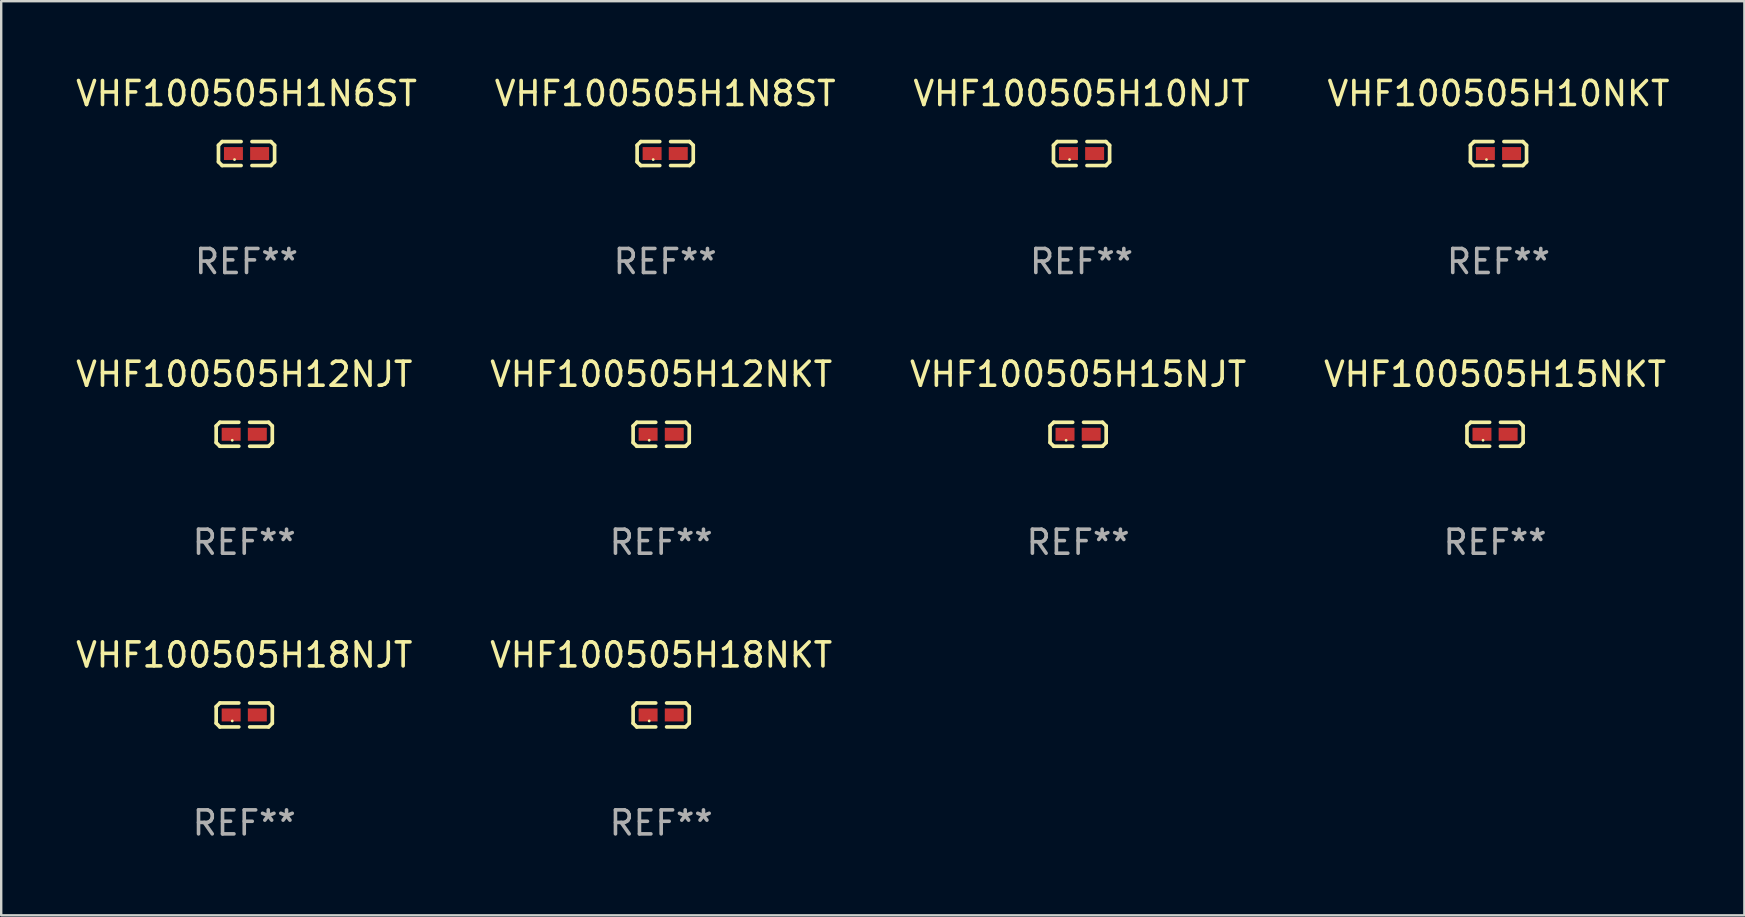
<source format=kicad_pcb>
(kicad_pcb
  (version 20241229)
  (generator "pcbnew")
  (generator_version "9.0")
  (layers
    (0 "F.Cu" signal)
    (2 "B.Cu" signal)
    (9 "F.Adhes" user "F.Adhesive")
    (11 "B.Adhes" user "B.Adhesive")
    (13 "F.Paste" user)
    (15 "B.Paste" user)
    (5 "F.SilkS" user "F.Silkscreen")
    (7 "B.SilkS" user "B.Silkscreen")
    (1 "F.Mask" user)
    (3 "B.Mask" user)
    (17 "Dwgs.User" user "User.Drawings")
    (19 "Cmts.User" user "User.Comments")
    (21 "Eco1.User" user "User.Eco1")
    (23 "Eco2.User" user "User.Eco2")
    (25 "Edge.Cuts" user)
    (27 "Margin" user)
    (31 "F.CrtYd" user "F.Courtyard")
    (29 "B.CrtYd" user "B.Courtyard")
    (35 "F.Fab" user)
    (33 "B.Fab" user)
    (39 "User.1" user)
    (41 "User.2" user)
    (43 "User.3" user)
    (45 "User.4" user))
  (footprint "VHF100505H1N6ST"
    (layer "F.Cu")
    (at 7.22 3.347)
    (property "Reference" "VHF100505H1N6ST" (at 0 -2.499 0) (layer "F.SilkS") (effects (font (size 1 1) (thickness 0.15))))
    (attr through_hole)
    (fp_line (start -1.169 -0.346) (end -1.016 -0.499) (stroke (width 0.152) (type solid)) (layer "F.SilkS"))
    (fp_line (start -1.169 0.346) (end -1.169 -0.346) (stroke (width 0.152) (type solid)) (layer "F.SilkS"))
    (fp_line (start -1.016 -0.499) (end -0.226 -0.499) (stroke (width 0.152) (type solid)) (layer "F.SilkS"))
    (fp_line (start -1.016 0.499) (end -1.169 0.346) (stroke (width 0.152) (type solid)) (layer "F.SilkS"))
    (fp_line (start -0.226 0.499) (end -1.016 0.499) (stroke (width 0.152) (type solid)) (layer "F.SilkS"))
    (fp_line (start 0.226 0.499) (end 1.016 0.499) (stroke (width 0.152) (type solid)) (layer "F.SilkS"))
    (fp_line (start 1.016 -0.499) (end 0.226 -0.499) (stroke (width 0.152) (type solid)) (layer "F.SilkS"))
    (fp_line (start 1.016 0.499) (end 1.169 0.346) (stroke (width 0.152) (type solid)) (layer "F.SilkS"))
    (fp_line (start 1.169 -0.346) (end 1.016 -0.499) (stroke (width 0.152) (type solid)) (layer "F.SilkS"))
    (fp_line (start 1.169 0.346) (end 1.169 -0.346) (stroke (width 0.152) (type solid)) (layer "F.SilkS"))
    (fp_circle (center -0.5 0.25) (end -0.47 0.25) (stroke (width 0.06) (type solid)) (fill no) (layer "F.SilkS"))
    (fp_text user "REF**" (at 0 4.499 0) (layer "F.Fab") (effects (font (size 1 1) (thickness 0.15))))
    (pad "1" smd rect (at -0.545 0) (size 0.79 0.54) (layers "F.Cu" "F.Mask" "F.Paste"))
    (pad "2" smd rect (at 0.545 0) (size 0.79 0.54) (layers "F.Cu" "F.Mask" "F.Paste")))
  (footprint "VHF100505H18NKT"
    (layer "F.Cu")
    (at 24.494 26.734)
    (property "Reference" "VHF100505H18NKT" (at 0 -2.499 0) (layer "F.SilkS") (effects (font (size 1 1) (thickness 0.15))))
    (attr through_hole)
    (fp_line (start -1.169 -0.346) (end -1.016 -0.499) (stroke (width 0.152) (type solid)) (layer "F.SilkS"))
    (fp_line (start -1.169 0.346) (end -1.169 -0.346) (stroke (width 0.152) (type solid)) (layer "F.SilkS"))
    (fp_line (start -1.016 -0.499) (end -0.226 -0.499) (stroke (width 0.152) (type solid)) (layer "F.SilkS"))
    (fp_line (start -1.016 0.499) (end -1.169 0.346) (stroke (width 0.152) (type solid)) (layer "F.SilkS"))
    (fp_line (start -0.226 0.499) (end -1.016 0.499) (stroke (width 0.152) (type solid)) (layer "F.SilkS"))
    (fp_line (start 0.226 0.499) (end 1.016 0.499) (stroke (width 0.152) (type solid)) (layer "F.SilkS"))
    (fp_line (start 1.016 -0.499) (end 0.226 -0.499) (stroke (width 0.152) (type solid)) (layer "F.SilkS"))
    (fp_line (start 1.016 0.499) (end 1.169 0.346) (stroke (width 0.152) (type solid)) (layer "F.SilkS"))
    (fp_line (start 1.169 -0.346) (end 1.016 -0.499) (stroke (width 0.152) (type solid)) (layer "F.SilkS"))
    (fp_line (start 1.169 0.346) (end 1.169 -0.346) (stroke (width 0.152) (type solid)) (layer "F.SilkS"))
    (fp_circle (center -0.5 0.25) (end -0.47 0.25) (stroke (width 0.06) (type solid)) (fill no) (layer "F.SilkS"))
    (fp_text user "REF**" (at 0 4.499 0) (layer "F.Fab") (effects (font (size 1 1) (thickness 0.15))))
    (pad "1" smd rect (at -0.545 0) (size 0.79 0.54) (layers "F.Cu" "F.Mask" "F.Paste"))
    (pad "2" smd rect (at 0.545 0) (size 0.79 0.54) (layers "F.Cu" "F.Mask" "F.Paste")))
  (footprint "VHF100505H12NKT"
    (layer "F.Cu")
    (at 24.494 15.041)
    (property "Reference" "VHF100505H12NKT" (at 0 -2.499 0) (layer "F.SilkS") (effects (font (size 1 1) (thickness 0.15))))
    (attr through_hole)
    (fp_line (start -1.169 -0.346) (end -1.016 -0.499) (stroke (width 0.152) (type solid)) (layer "F.SilkS"))
    (fp_line (start -1.169 0.346) (end -1.169 -0.346) (stroke (width 0.152) (type solid)) (layer "F.SilkS"))
    (fp_line (start -1.016 -0.499) (end -0.226 -0.499) (stroke (width 0.152) (type solid)) (layer "F.SilkS"))
    (fp_line (start -1.016 0.499) (end -1.169 0.346) (stroke (width 0.152) (type solid)) (layer "F.SilkS"))
    (fp_line (start -0.226 0.499) (end -1.016 0.499) (stroke (width 0.152) (type solid)) (layer "F.SilkS"))
    (fp_line (start 0.226 0.499) (end 1.016 0.499) (stroke (width 0.152) (type solid)) (layer "F.SilkS"))
    (fp_line (start 1.016 -0.499) (end 0.226 -0.499) (stroke (width 0.152) (type solid)) (layer "F.SilkS"))
    (fp_line (start 1.016 0.499) (end 1.169 0.346) (stroke (width 0.152) (type solid)) (layer "F.SilkS"))
    (fp_line (start 1.169 -0.346) (end 1.016 -0.499) (stroke (width 0.152) (type solid)) (layer "F.SilkS"))
    (fp_line (start 1.169 0.346) (end 1.169 -0.346) (stroke (width 0.152) (type solid)) (layer "F.SilkS"))
    (fp_circle (center -0.5 0.25) (end -0.47 0.25) (stroke (width 0.06) (type solid)) (fill no) (layer "F.SilkS"))
    (fp_text user "REF**" (at 0 4.499 0) (layer "F.Fab") (effects (font (size 1 1) (thickness 0.15))))
    (pad "1" smd rect (at -0.545 0) (size 0.79 0.54) (layers "F.Cu" "F.Mask" "F.Paste"))
    (pad "2" smd rect (at 0.545 0) (size 0.79 0.54) (layers "F.Cu" "F.Mask" "F.Paste")))
  (footprint "VHF100505H18NJT"
    (layer "F.Cu")
    (at 7.125 26.734)
    (property "Reference" "VHF100505H18NJT" (at 0 -2.499 0) (layer "F.SilkS") (effects (font (size 1 1) (thickness 0.15))))
    (attr through_hole)
    (fp_line (start -1.169 -0.346) (end -1.016 -0.499) (stroke (width 0.152) (type solid)) (layer "F.SilkS"))
    (fp_line (start -1.169 0.346) (end -1.169 -0.346) (stroke (width 0.152) (type solid)) (layer "F.SilkS"))
    (fp_line (start -1.016 -0.499) (end -0.226 -0.499) (stroke (width 0.152) (type solid)) (layer "F.SilkS"))
    (fp_line (start -1.016 0.499) (end -1.169 0.346) (stroke (width 0.152) (type solid)) (layer "F.SilkS"))
    (fp_line (start -0.226 0.499) (end -1.016 0.499) (stroke (width 0.152) (type solid)) (layer "F.SilkS"))
    (fp_line (start 0.226 0.499) (end 1.016 0.499) (stroke (width 0.152) (type solid)) (layer "F.SilkS"))
    (fp_line (start 1.016 -0.499) (end 0.226 -0.499) (stroke (width 0.152) (type solid)) (layer "F.SilkS"))
    (fp_line (start 1.016 0.499) (end 1.169 0.346) (stroke (width 0.152) (type solid)) (layer "F.SilkS"))
    (fp_line (start 1.169 -0.346) (end 1.016 -0.499) (stroke (width 0.152) (type solid)) (layer "F.SilkS"))
    (fp_line (start 1.169 0.346) (end 1.169 -0.346) (stroke (width 0.152) (type solid)) (layer "F.SilkS"))
    (fp_circle (center -0.5 0.25) (end -0.47 0.25) (stroke (width 0.06) (type solid)) (fill no) (layer "F.SilkS"))
    (fp_text user "REF**" (at 0 4.499 0) (layer "F.Fab") (effects (font (size 1 1) (thickness 0.15))))
    (pad "1" smd rect (at -0.545 0) (size 0.79 0.54) (layers "F.Cu" "F.Mask" "F.Paste"))
    (pad "2" smd rect (at 0.545 0) (size 0.79 0.54) (layers "F.Cu" "F.Mask" "F.Paste")))
  (footprint "VHF100505H1N8ST"
    (layer "F.Cu")
    (at 24.661 3.347)
    (property "Reference" "VHF100505H1N8ST" (at 0 -2.499 0) (layer "F.SilkS") (effects (font (size 1 1) (thickness 0.15))))
    (attr through_hole)
    (fp_line (start -1.169 -0.346) (end -1.016 -0.499) (stroke (width 0.152) (type solid)) (layer "F.SilkS"))
    (fp_line (start -1.169 0.346) (end -1.169 -0.346) (stroke (width 0.152) (type solid)) (layer "F.SilkS"))
    (fp_line (start -1.016 -0.499) (end -0.226 -0.499) (stroke (width 0.152) (type solid)) (layer "F.SilkS"))
    (fp_line (start -1.016 0.499) (end -1.169 0.346) (stroke (width 0.152) (type solid)) (layer "F.SilkS"))
    (fp_line (start -0.226 0.499) (end -1.016 0.499) (stroke (width 0.152) (type solid)) (layer "F.SilkS"))
    (fp_line (start 0.226 0.499) (end 1.016 0.499) (stroke (width 0.152) (type solid)) (layer "F.SilkS"))
    (fp_line (start 1.016 -0.499) (end 0.226 -0.499) (stroke (width 0.152) (type solid)) (layer "F.SilkS"))
    (fp_line (start 1.016 0.499) (end 1.169 0.346) (stroke (width 0.152) (type solid)) (layer "F.SilkS"))
    (fp_line (start 1.169 -0.346) (end 1.016 -0.499) (stroke (width 0.152) (type solid)) (layer "F.SilkS"))
    (fp_line (start 1.169 0.346) (end 1.169 -0.346) (stroke (width 0.152) (type solid)) (layer "F.SilkS"))
    (fp_circle (center -0.5 0.25) (end -0.47 0.25) (stroke (width 0.06) (type solid)) (fill no) (layer "F.SilkS"))
    (fp_text user "REF**" (at 0 4.499 0) (layer "F.Fab") (effects (font (size 1 1) (thickness 0.15))))
    (pad "1" smd rect (at -0.545 0) (size 0.79 0.54) (layers "F.Cu" "F.Mask" "F.Paste"))
    (pad "2" smd rect (at 0.545 0) (size 0.79 0.54) (layers "F.Cu" "F.Mask" "F.Paste")))
  (footprint "VHF100505H12NJT"
    (layer "F.Cu")
    (at 7.125 15.041)
    (property "Reference" "VHF100505H12NJT" (at 0 -2.499 0) (layer "F.SilkS") (effects (font (size 1 1) (thickness 0.15))))
    (attr through_hole)
    (fp_line (start -1.169 -0.346) (end -1.016 -0.499) (stroke (width 0.152) (type solid)) (layer "F.SilkS"))
    (fp_line (start -1.169 0.346) (end -1.169 -0.346) (stroke (width 0.152) (type solid)) (layer "F.SilkS"))
    (fp_line (start -1.016 -0.499) (end -0.226 -0.499) (stroke (width 0.152) (type solid)) (layer "F.SilkS"))
    (fp_line (start -1.016 0.499) (end -1.169 0.346) (stroke (width 0.152) (type solid)) (layer "F.SilkS"))
    (fp_line (start -0.226 0.499) (end -1.016 0.499) (stroke (width 0.152) (type solid)) (layer "F.SilkS"))
    (fp_line (start 0.226 0.499) (end 1.016 0.499) (stroke (width 0.152) (type solid)) (layer "F.SilkS"))
    (fp_line (start 1.016 -0.499) (end 0.226 -0.499) (stroke (width 0.152) (type solid)) (layer "F.SilkS"))
    (fp_line (start 1.016 0.499) (end 1.169 0.346) (stroke (width 0.152) (type solid)) (layer "F.SilkS"))
    (fp_line (start 1.169 -0.346) (end 1.016 -0.499) (stroke (width 0.152) (type solid)) (layer "F.SilkS"))
    (fp_line (start 1.169 0.346) (end 1.169 -0.346) (stroke (width 0.152) (type solid)) (layer "F.SilkS"))
    (fp_circle (center -0.5 0.25) (end -0.47 0.25) (stroke (width 0.06) (type solid)) (fill no) (layer "F.SilkS"))
    (fp_text user "REF**" (at 0 4.499 0) (layer "F.Fab") (effects (font (size 1 1) (thickness 0.15))))
    (pad "1" smd rect (at -0.545 0) (size 0.79 0.54) (layers "F.Cu" "F.Mask" "F.Paste"))
    (pad "2" smd rect (at 0.545 0) (size 0.79 0.54) (layers "F.Cu" "F.Mask" "F.Paste")))
  (footprint "VHF100505H15NJT"
    (layer "F.Cu")
    (at 41.863 15.041)
    (property "Reference" "VHF100505H15NJT" (at 0 -2.499 0) (layer "F.SilkS") (effects (font (size 1 1) (thickness 0.15))))
    (attr through_hole)
    (fp_line (start -1.169 -0.346) (end -1.016 -0.499) (stroke (width 0.152) (type solid)) (layer "F.SilkS"))
    (fp_line (start -1.169 0.346) (end -1.169 -0.346) (stroke (width 0.152) (type solid)) (layer "F.SilkS"))
    (fp_line (start -1.016 -0.499) (end -0.226 -0.499) (stroke (width 0.152) (type solid)) (layer "F.SilkS"))
    (fp_line (start -1.016 0.499) (end -1.169 0.346) (stroke (width 0.152) (type solid)) (layer "F.SilkS"))
    (fp_line (start -0.226 0.499) (end -1.016 0.499) (stroke (width 0.152) (type solid)) (layer "F.SilkS"))
    (fp_line (start 0.226 0.499) (end 1.016 0.499) (stroke (width 0.152) (type solid)) (layer "F.SilkS"))
    (fp_line (start 1.016 -0.499) (end 0.226 -0.499) (stroke (width 0.152) (type solid)) (layer "F.SilkS"))
    (fp_line (start 1.016 0.499) (end 1.169 0.346) (stroke (width 0.152) (type solid)) (layer "F.SilkS"))
    (fp_line (start 1.169 -0.346) (end 1.016 -0.499) (stroke (width 0.152) (type solid)) (layer "F.SilkS"))
    (fp_line (start 1.169 0.346) (end 1.169 -0.346) (stroke (width 0.152) (type solid)) (layer "F.SilkS"))
    (fp_circle (center -0.5 0.25) (end -0.47 0.25) (stroke (width 0.06) (type solid)) (fill no) (layer "F.SilkS"))
    (fp_text user "REF**" (at 0 4.499 0) (layer "F.Fab") (effects (font (size 1 1) (thickness 0.15))))
    (pad "1" smd rect (at -0.545 0) (size 0.79 0.54) (layers "F.Cu" "F.Mask" "F.Paste"))
    (pad "2" smd rect (at 0.545 0) (size 0.79 0.54) (layers "F.Cu" "F.Mask" "F.Paste")))
  (footprint "VHF100505H10NJT"
    (layer "F.Cu")
    (at 42.006 3.347)
    (property "Reference" "VHF100505H10NJT" (at 0 -2.499 0) (layer "F.SilkS") (effects (font (size 1 1) (thickness 0.15))))
    (attr through_hole)
    (fp_line (start -1.169 -0.346) (end -1.016 -0.499) (stroke (width 0.152) (type solid)) (layer "F.SilkS"))
    (fp_line (start -1.169 0.346) (end -1.169 -0.346) (stroke (width 0.152) (type solid)) (layer "F.SilkS"))
    (fp_line (start -1.016 -0.499) (end -0.226 -0.499) (stroke (width 0.152) (type solid)) (layer "F.SilkS"))
    (fp_line (start -1.016 0.499) (end -1.169 0.346) (stroke (width 0.152) (type solid)) (layer "F.SilkS"))
    (fp_line (start -0.226 0.499) (end -1.016 0.499) (stroke (width 0.152) (type solid)) (layer "F.SilkS"))
    (fp_line (start 0.226 0.499) (end 1.016 0.499) (stroke (width 0.152) (type solid)) (layer "F.SilkS"))
    (fp_line (start 1.016 -0.499) (end 0.226 -0.499) (stroke (width 0.152) (type solid)) (layer "F.SilkS"))
    (fp_line (start 1.016 0.499) (end 1.169 0.346) (stroke (width 0.152) (type solid)) (layer "F.SilkS"))
    (fp_line (start 1.169 -0.346) (end 1.016 -0.499) (stroke (width 0.152) (type solid)) (layer "F.SilkS"))
    (fp_line (start 1.169 0.346) (end 1.169 -0.346) (stroke (width 0.152) (type solid)) (layer "F.SilkS"))
    (fp_circle (center -0.5 0.25) (end -0.47 0.25) (stroke (width 0.06) (type solid)) (fill no) (layer "F.SilkS"))
    (fp_text user "REF**" (at 0 4.499 0) (layer "F.Fab") (effects (font (size 1 1) (thickness 0.15))))
    (pad "1" smd rect (at -0.545 0) (size 0.79 0.54) (layers "F.Cu" "F.Mask" "F.Paste"))
    (pad "2" smd rect (at 0.545 0) (size 0.79 0.54) (layers "F.Cu" "F.Mask" "F.Paste")))
  (footprint "VHF100505H10NKT"
    (layer "F.Cu")
    (at 59.375 3.347)
    (property "Reference" "VHF100505H10NKT" (at 0 -2.499 0) (layer "F.SilkS") (effects (font (size 1 1) (thickness 0.15))))
    (attr through_hole)
    (fp_line (start -1.169 -0.346) (end -1.016 -0.499) (stroke (width 0.152) (type solid)) (layer "F.SilkS"))
    (fp_line (start -1.169 0.346) (end -1.169 -0.346) (stroke (width 0.152) (type solid)) (layer "F.SilkS"))
    (fp_line (start -1.016 -0.499) (end -0.226 -0.499) (stroke (width 0.152) (type solid)) (layer "F.SilkS"))
    (fp_line (start -1.016 0.499) (end -1.169 0.346) (stroke (width 0.152) (type solid)) (layer "F.SilkS"))
    (fp_line (start -0.226 0.499) (end -1.016 0.499) (stroke (width 0.152) (type solid)) (layer "F.SilkS"))
    (fp_line (start 0.226 0.499) (end 1.016 0.499) (stroke (width 0.152) (type solid)) (layer "F.SilkS"))
    (fp_line (start 1.016 -0.499) (end 0.226 -0.499) (stroke (width 0.152) (type solid)) (layer "F.SilkS"))
    (fp_line (start 1.016 0.499) (end 1.169 0.346) (stroke (width 0.152) (type solid)) (layer "F.SilkS"))
    (fp_line (start 1.169 -0.346) (end 1.016 -0.499) (stroke (width 0.152) (type solid)) (layer "F.SilkS"))
    (fp_line (start 1.169 0.346) (end 1.169 -0.346) (stroke (width 0.152) (type solid)) (layer "F.SilkS"))
    (fp_circle (center -0.5 0.25) (end -0.47 0.25) (stroke (width 0.06) (type solid)) (fill no) (layer "F.SilkS"))
    (fp_text user "REF**" (at 0 4.499 0) (layer "F.Fab") (effects (font (size 1 1) (thickness 0.15))))
    (pad "1" smd rect (at -0.545 0) (size 0.79 0.54) (layers "F.Cu" "F.Mask" "F.Paste"))
    (pad "2" smd rect (at 0.545 0) (size 0.79 0.54) (layers "F.Cu" "F.Mask" "F.Paste")))
  (footprint "VHF100505H15NKT"
    (layer "F.Cu")
    (at 59.232 15.041)
    (property "Reference" "VHF100505H15NKT" (at 0 -2.499 0) (layer "F.SilkS") (effects (font (size 1 1) (thickness 0.15))))
    (attr through_hole)
    (fp_line (start -1.169 -0.346) (end -1.016 -0.499) (stroke (width 0.152) (type solid)) (layer "F.SilkS"))
    (fp_line (start -1.169 0.346) (end -1.169 -0.346) (stroke (width 0.152) (type solid)) (layer "F.SilkS"))
    (fp_line (start -1.016 -0.499) (end -0.226 -0.499) (stroke (width 0.152) (type solid)) (layer "F.SilkS"))
    (fp_line (start -1.016 0.499) (end -1.169 0.346) (stroke (width 0.152) (type solid)) (layer "F.SilkS"))
    (fp_line (start -0.226 0.499) (end -1.016 0.499) (stroke (width 0.152) (type solid)) (layer "F.SilkS"))
    (fp_line (start 0.226 0.499) (end 1.016 0.499) (stroke (width 0.152) (type solid)) (layer "F.SilkS"))
    (fp_line (start 1.016 -0.499) (end 0.226 -0.499) (stroke (width 0.152) (type solid)) (layer "F.SilkS"))
    (fp_line (start 1.016 0.499) (end 1.169 0.346) (stroke (width 0.152) (type solid)) (layer "F.SilkS"))
    (fp_line (start 1.169 -0.346) (end 1.016 -0.499) (stroke (width 0.152) (type solid)) (layer "F.SilkS"))
    (fp_line (start 1.169 0.346) (end 1.169 -0.346) (stroke (width 0.152) (type solid)) (layer "F.SilkS"))
    (fp_circle (center -0.5 0.25) (end -0.47 0.25) (stroke (width 0.06) (type solid)) (fill no) (layer "F.SilkS"))
    (fp_text user "REF**" (at 0 4.499 0) (layer "F.Fab") (effects (font (size 1 1) (thickness 0.15))))
    (pad "1" smd rect (at -0.545 0) (size 0.79 0.54) (layers "F.Cu" "F.Mask" "F.Paste"))
    (pad "2" smd rect (at 0.545 0) (size 0.79 0.54) (layers "F.Cu" "F.Mask" "F.Paste")))
  (gr_rect
    (start -3 -3)
    (end 69.619 35.081)
    (stroke (width 0.1) (type default))
    (fill no)
    (layer "Edge.Cuts")))
</source>
